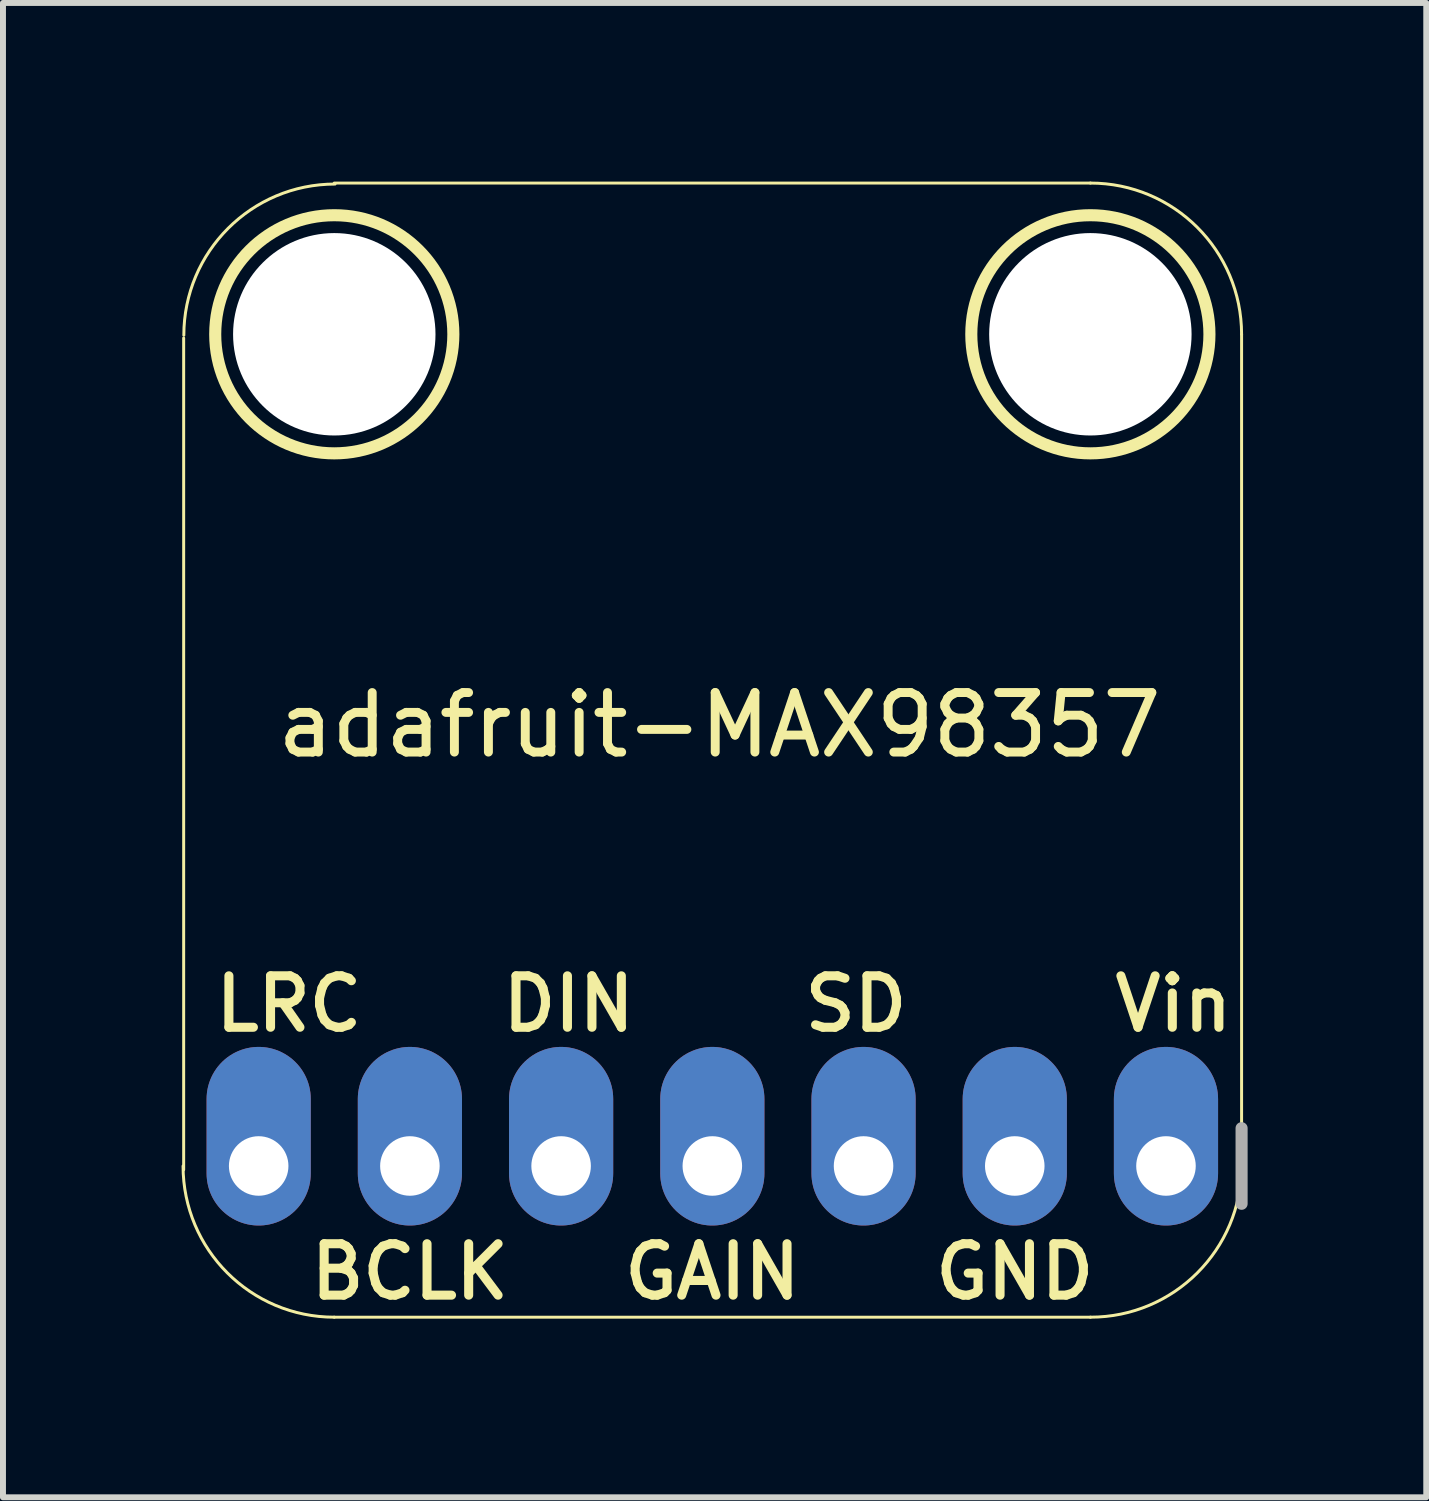
<source format=kicad_pcb>
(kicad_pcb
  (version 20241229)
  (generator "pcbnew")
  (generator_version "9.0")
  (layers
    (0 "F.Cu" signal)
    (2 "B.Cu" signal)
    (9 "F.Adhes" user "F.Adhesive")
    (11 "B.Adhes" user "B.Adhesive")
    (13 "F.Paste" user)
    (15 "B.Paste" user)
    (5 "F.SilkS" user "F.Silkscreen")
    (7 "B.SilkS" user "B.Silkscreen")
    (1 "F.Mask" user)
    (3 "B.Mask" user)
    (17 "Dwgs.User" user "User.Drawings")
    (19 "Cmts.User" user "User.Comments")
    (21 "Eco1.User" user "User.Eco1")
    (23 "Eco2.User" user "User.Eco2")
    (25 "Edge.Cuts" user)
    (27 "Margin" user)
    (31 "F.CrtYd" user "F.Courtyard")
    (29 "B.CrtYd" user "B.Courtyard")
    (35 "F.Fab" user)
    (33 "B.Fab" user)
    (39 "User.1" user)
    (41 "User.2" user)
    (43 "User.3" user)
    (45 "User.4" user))
  (footprint "adafruit-MAX98357"
    (layer "F.Cu")
    (at 9.035 9.628)
    (property "Reference" "adafruit-MAX98357" (at 0 -0.5 0) (unlocked yes) (layer "F.SilkS") (effects (font (size 1 1) (thickness 0.15))))
    (attr through_hole)
    (fp_line (start -9 -7) (end -9 6.97) (stroke (width 0.05) (type solid)) (layer "F.SilkS"))
    (fp_line (start -6.47 -9.603) (end 6.23 -9.603) (stroke (width 0.05) (type solid)) (layer "F.SilkS"))
    (fp_line (start 6.23 9.447) (end -6.47 9.447) (stroke (width 0.05) (type solid)) (layer "F.SilkS"))
    (fp_line (start 8.77 -7.063) (end 8.77 6.907) (stroke (width 0.05) (type solid)) (layer "F.SilkS"))
    (fp_arc (start -8.997238 -7.046548) (mid -8.253289 -8.842599) (end -6.457238 -9.586548) (stroke (width 0.05) (type solid)) (layer "F.SilkS"))
    (fp_arc (start -6.47 9.447) (mid -8.266051 8.703051) (end -9.01 6.907) (stroke (width 0.05) (type solid)) (layer "F.SilkS"))
    (fp_arc (start 6.23 -9.603) (mid 8.026051 -8.859051) (end 8.77 -7.063) (stroke (width 0.05) (type solid)) (layer "F.SilkS"))
    (fp_arc (start 8.77 6.907) (mid 8.026051 8.703051) (end 6.23 9.447) (stroke (width 0.05) (type solid)) (layer "F.SilkS"))
    (fp_circle (center -6.47 -7.063) (end -4.47 -7.063) (stroke (width 0.203) (type solid)) (fill no) (layer "F.SilkS"))
    (fp_circle (center 6.23 -7.063) (end 8.23 -7.063) (stroke (width 0.203) (type solid)) (fill no) (layer "F.SilkS"))
    (fp_line (start 8.77 7.542) (end 8.77 6.272) (stroke (width 0.203) (type solid)) (layer "F.Fab"))
    (fp_text user "DIN" (at -2.533 4.185 180) (layer "F.SilkS") (effects (font (size 0.864 0.864) (thickness 0.152))))
    (fp_text user "SD" (at 2.293 4.185 180) (layer "F.SilkS") (effects (font (size 0.864 0.864) (thickness 0.152))))
    (fp_text user "BCLK" (at -5.2 8.685 180) (layer "F.SilkS") (effects (font (size 0.864 0.864) (thickness 0.152))))
    (fp_text user "GND" (at 4.96 8.685 180) (layer "F.SilkS") (effects (font (size 0.864 0.864) (thickness 0.152))))
    (fp_text user "LRC" (at -7.232 4.185 180) (layer "F.SilkS") (effects (font (size 0.864 0.864) (thickness 0.152))))
    (fp_text user "GAIN" (at -0.12 8.685 180) (layer "F.SilkS") (effects (font (size 0.864 0.864) (thickness 0.152))))
    (fp_text user "Vin" (at 7.627 4.185 180) (layer "F.SilkS") (effects (font (size 0.864 0.864) (thickness 0.152))))
    (pad "" np_thru_hole circle (at -6.47 -7.063) (size 3.4 3.4) (drill 3.4) (layers "*.Cu" "*.Mask"))
    (pad "" np_thru_hole circle (at 6.23 -7.063) (size 3.4 3.4) (drill 3.4) (layers "*.Cu" "*.Mask"))
    (pad "1" thru_hole oval (at 7.5 6.907 270) (size 3 1.75) (drill 1 (offset -0.5 0)) (layers "*.Cu" "*.Mask"))
    (pad "2" thru_hole oval (at 4.96 6.907 270) (size 3 1.75) (drill 1 (offset -0.5 0)) (layers "*.Cu" "*.Mask"))
    (pad "3" thru_hole oval (at 2.42 6.907 270) (size 3 1.75) (drill 1 (offset -0.5 0)) (layers "*.Cu" "*.Mask"))
    (pad "4" thru_hole oval (at -0.12 6.907 270) (size 3 1.75) (drill 1 (offset -0.5 0)) (layers "*.Cu" "*.Mask"))
    (pad "5" thru_hole oval (at -2.66 6.907 270) (size 3 1.75) (drill 1 (offset -0.5 0)) (layers "*.Cu" "*.Mask"))
    (pad "6" thru_hole oval (at -5.2 6.907 270) (size 3 1.75) (drill 1 (offset -0.5 0)) (layers "*.Cu" "*.Mask"))
    (pad "7" thru_hole oval (at -7.74 6.907 270) (size 3 1.75) (drill 1 (offset -0.5 0)) (layers "*.Cu" "*.Mask")))
  (gr_rect
    (start -3 -3)
    (end 20.907 22.1)
    (stroke (width 0.1) (type default))
    (fill no)
    (layer "Edge.Cuts")))
</source>
